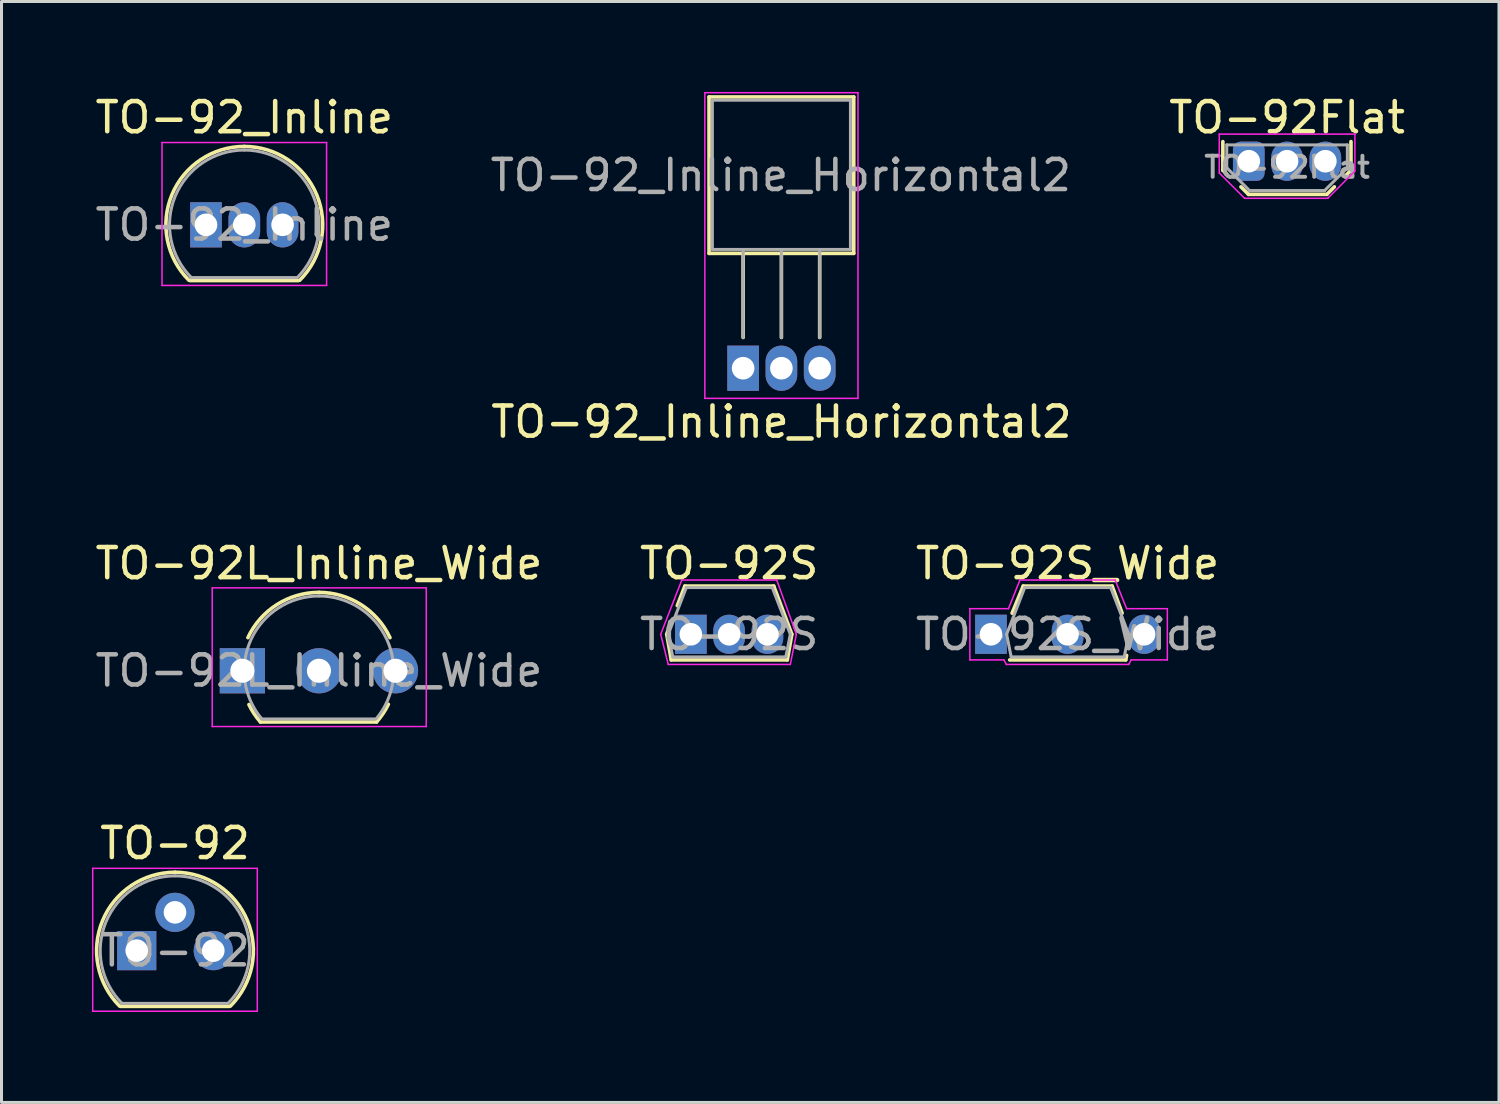
<source format=kicad_pcb>
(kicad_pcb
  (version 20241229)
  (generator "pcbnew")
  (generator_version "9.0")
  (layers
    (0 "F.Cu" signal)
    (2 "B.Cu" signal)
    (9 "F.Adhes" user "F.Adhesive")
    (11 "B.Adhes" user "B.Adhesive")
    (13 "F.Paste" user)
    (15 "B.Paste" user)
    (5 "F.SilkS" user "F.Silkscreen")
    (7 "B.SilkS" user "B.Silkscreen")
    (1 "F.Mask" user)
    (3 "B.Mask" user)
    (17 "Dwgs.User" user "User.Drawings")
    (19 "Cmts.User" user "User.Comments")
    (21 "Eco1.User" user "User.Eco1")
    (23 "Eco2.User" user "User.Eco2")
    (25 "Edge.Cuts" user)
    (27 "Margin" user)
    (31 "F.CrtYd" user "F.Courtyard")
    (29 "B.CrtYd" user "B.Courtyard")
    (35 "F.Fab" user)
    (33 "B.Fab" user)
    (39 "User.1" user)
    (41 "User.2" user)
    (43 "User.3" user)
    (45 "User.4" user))
  (footprint "TO-92_Inline"
    (layer "F.Cu")
    (at 3.784 4.408)
    (property "Reference" "TO-92_Inline" (at 1.27 -3.56 0) (layer "F.SilkS") (effects (font (size 1 1) (thickness 0.15))))
    (attr through_hole)
    (fp_line (start -0.53 1.85) (end 3.07 1.85) (stroke (width 0.12) (type solid)) (layer "F.SilkS"))
    (fp_arc (start -0.568478 1.838478) (mid -1.132087 -0.994977) (end 1.27 -2.6) (stroke (width 0.12) (type solid)) (layer "F.SilkS"))
    (fp_arc (start 1.27 -2.6) (mid 3.672087 -0.994977) (end 3.108478 1.838478) (stroke (width 0.12) (type solid)) (layer "F.SilkS"))
    (fp_line (start -1.46 -2.73) (end -1.46 2.01) (stroke (width 0.05) (type solid)) (layer "F.CrtYd"))
    (fp_line (start -1.46 -2.73) (end 4 -2.73) (stroke (width 0.05) (type solid)) (layer "F.CrtYd"))
    (fp_line (start 4 2.01) (end -1.46 2.01) (stroke (width 0.05) (type solid)) (layer "F.CrtYd"))
    (fp_line (start 4 2.01) (end 4 -2.73) (stroke (width 0.05) (type solid)) (layer "F.CrtYd"))
    (fp_line (start -0.5 1.75) (end 3 1.75) (stroke (width 0.1) (type solid)) (layer "F.Fab"))
    (fp_arc (start -0.483625 1.753625) (mid -1.021221 -0.949055) (end 1.27 -2.48) (stroke (width 0.1) (type solid)) (layer "F.Fab"))
    (fp_arc (start 1.27 -2.48) (mid 3.561221 -0.949055) (end 3.023625 1.753625) (stroke (width 0.1) (type solid)) (layer "F.Fab"))
    (fp_text user "${REFERENCE}" (at 1.27 0 0) (layer "F.Fab") (effects (font (size 1 1) (thickness 0.15))))
    (pad "1" thru_hole rect (at 0 0) (size 1.05 1.5) (drill 0.75) (layers "*.Cu" "*.Mask"))
    (pad "2" thru_hole oval (at 1.27 0) (size 1.05 1.5) (drill 0.75) (layers "*.Cu" "*.Mask"))
    (pad "3" thru_hole oval (at 2.54 0) (size 1.05 1.5) (drill 0.75) (layers "*.Cu" "*.Mask")))
  (footprint "TO-92S"
    (layer "F.Cu")
    (at 19.867 17.991)
    (property "Reference" "TO-92S" (at 1.27 -2.35 0) (layer "F.SilkS") (effects (font (size 1 1) (thickness 0.15))))
    (attr through_hole)
    (fp_line (start -0.8 0) (end -0.65 0.85) (stroke (width 0.12) (type solid)) (layer "F.SilkS"))
    (fp_line (start -0.7 -0.3) (end -0.8 0) (stroke (width 0.12) (type solid)) (layer "F.SilkS"))
    (fp_line (start -0.65 0.85) (end 3.2 0.85) (stroke (width 0.12) (type solid)) (layer "F.SilkS"))
    (fp_line (start -0.2 -1.6) (end -0.45 -0.95) (stroke (width 0.12) (type solid)) (layer "F.SilkS"))
    (fp_line (start 2.75 -1.6) (end -0.2 -1.6) (stroke (width 0.12) (type solid)) (layer "F.SilkS"))
    (fp_line (start 3.2 0.85) (end 3.35 0) (stroke (width 0.12) (type solid)) (layer "F.SilkS"))
    (fp_line (start 3.35 0) (end 2.75 -1.6) (stroke (width 0.12) (type solid)) (layer "F.SilkS"))
    (fp_line (start -1 0) (end -0.75 1) (stroke (width 0.05) (type solid)) (layer "F.CrtYd"))
    (fp_line (start -0.75 1) (end 3.3 1) (stroke (width 0.05) (type solid)) (layer "F.CrtYd"))
    (fp_line (start -0.3 -1.8) (end -1 0) (stroke (width 0.05) (type solid)) (layer "F.CrtYd"))
    (fp_line (start 2.85 -1.8) (end -0.3 -1.8) (stroke (width 0.05) (type solid)) (layer "F.CrtYd"))
    (fp_line (start 3.3 1) (end 3.5 0) (stroke (width 0.05) (type solid)) (layer "F.CrtYd"))
    (fp_line (start 3.5 0) (end 2.85 -1.8) (stroke (width 0.05) (type solid)) (layer "F.CrtYd"))
    (fp_line (start -0.75 0) (end -0.15 -1.55) (stroke (width 0.1) (type solid)) (layer "F.Fab"))
    (fp_line (start -0.6 0.75) (end -0.75 0) (stroke (width 0.1) (type solid)) (layer "F.Fab"))
    (fp_line (start -0.6 0.75) (end 3.15 0.75) (stroke (width 0.1) (type solid)) (layer "F.Fab"))
    (fp_line (start -0.15 -1.55) (end 2.7 -1.55) (stroke (width 0.1) (type solid)) (layer "F.Fab"))
    (fp_line (start 3.15 0.75) (end 3.3 0) (stroke (width 0.1) (type solid)) (layer "F.Fab"))
    (fp_line (start 3.3 0) (end 2.7 -1.55) (stroke (width 0.1) (type solid)) (layer "F.Fab"))
    (fp_text user "${REFERENCE}" (at 1.27 0 0) (layer "F.Fab") (effects (font (size 1 1) (thickness 0.15))))
    (pad "1" thru_hole rect (at 0 0) (size 1.05 1.3) (drill 0.75) (layers "*.Cu" "*.Mask"))
    (pad "2" thru_hole oval (at 1.27 0) (size 1.05 1.3) (drill 0.75) (layers "*.Cu" "*.Mask"))
    (pad "3" thru_hole oval (at 2.54 0) (size 1.05 1.3) (drill 0.75) (layers "*.Cu" "*.Mask")))
  (footprint "TO-92L_Inline_Wide"
    (layer "F.Cu")
    (at 4.99 19.201)
    (property "Reference" "TO-92L_Inline_Wide" (at 2.54 -3.56 0) (layer "F.SilkS") (effects (font (size 1 1) (thickness 0.15))))
    (attr through_hole)
    (fp_line (start 0.6 1.7) (end 4.45 1.7) (stroke (width 0.12) (type solid)) (layer "F.SilkS"))
    (fp_arc (start 0.1836 -1.098807) (mid 1.143021 -2.192817) (end 2.54 -2.6) (stroke (width 0.12) (type solid)) (layer "F.SilkS"))
    (fp_arc (start 0.6 1.7) (mid 0.389183 1.423933) (end 0.217369 1.122045) (stroke (width 0.12) (type solid)) (layer "F.SilkS"))
    (fp_arc (start 2.54 -2.6) (mid 3.936979 -2.192818) (end 4.8964 -1.098807) (stroke (width 0.12) (type solid)) (layer "F.SilkS"))
    (fp_arc (start 4.842383 1.112264) (mid 4.666594 1.419753) (end 4.45 1.7) (stroke (width 0.12) (type solid)) (layer "F.SilkS"))
    (fp_line (start -1 -2.75) (end -1 1.85) (stroke (width 0.05) (type solid)) (layer "F.CrtYd"))
    (fp_line (start -1 -2.75) (end 6.1 -2.75) (stroke (width 0.05) (type solid)) (layer "F.CrtYd"))
    (fp_line (start 6.1 1.85) (end -1 1.85) (stroke (width 0.05) (type solid)) (layer "F.CrtYd"))
    (fp_line (start 6.1 1.85) (end 6.1 -2.75) (stroke (width 0.05) (type solid)) (layer "F.CrtYd"))
    (fp_line (start 0.65 1.6) (end 4.4 1.6) (stroke (width 0.1) (type solid)) (layer "F.Fab"))
    (fp_arc (start 0.647182 1.602385) (mid 0.290076 -1.043188) (end 2.54 -2.48) (stroke (width 0.1) (type solid)) (layer "F.Fab"))
    (fp_arc (start 2.54 -2.48) (mid 4.787211 -1.049019) (end 4.441103 1.592547) (stroke (width 0.1) (type solid)) (layer "F.Fab"))
    (fp_text user "${REFERENCE}" (at 2.54 0 0) (layer "F.Fab") (effects (font (size 1 1) (thickness 0.15))))
    (pad "1" thru_hole rect (at 0 0) (size 1.5 1.5) (drill 0.8) (layers "*.Cu" "*.Mask"))
    (pad "2" thru_hole circle (at 2.54 0) (size 1.5 1.5) (drill 0.8) (layers "*.Cu" "*.Mask"))
    (pad "3" thru_hole circle (at 5.08 0) (size 1.5 1.5) (drill 0.8) (layers "*.Cu" "*.Mask")))
  (footprint "TO-92S_Wide"
    (layer "F.Cu")
    (at 29.823 17.991)
    (property "Reference" "TO-92S_Wide" (at 2.54 -2.35 0) (layer "F.SilkS") (effects (font (size 1 1) (thickness 0.15))))
    (attr through_hole)
    (fp_line (start 0.62 0.85) (end 4.47 0.85) (stroke (width 0.12) (type solid)) (layer "F.SilkS"))
    (fp_line (start 1.07 -1.6) (end 0.7 -0.7) (stroke (width 0.12) (type solid)) (layer "F.SilkS"))
    (fp_line (start 4.02 -1.6) (end 1.07 -1.6) (stroke (width 0.12) (type solid)) (layer "F.SilkS"))
    (fp_line (start 4.35 -0.7) (end 4.02 -1.6) (stroke (width 0.12) (type solid)) (layer "F.SilkS"))
    (fp_line (start 4.47 0.85) (end 4.5 0.7) (stroke (width 0.12) (type solid)) (layer "F.SilkS"))
    (fp_line (start -0.7 -0.85) (end -0.7 0.85) (stroke (width 0.05) (type solid)) (layer "F.CrtYd"))
    (fp_line (start -0.7 0.85) (end 0.43 0.85) (stroke (width 0.05) (type solid)) (layer "F.CrtYd"))
    (fp_line (start 0.51 1) (end 0.43 0.85) (stroke (width 0.05) (type solid)) (layer "F.CrtYd"))
    (fp_line (start 0.51 1) (end 4.57 1) (stroke (width 0.05) (type solid)) (layer "F.CrtYd"))
    (fp_line (start 0.58 -0.85) (end -0.7 -0.85) (stroke (width 0.05) (type solid)) (layer "F.CrtYd"))
    (fp_line (start 0.58 -0.85) (end 0.96 -1.8) (stroke (width 0.05) (type solid)) (layer "F.CrtYd"))
    (fp_line (start 4.12 -1.8) (end 0.96 -1.8) (stroke (width 0.05) (type solid)) (layer "F.CrtYd"))
    (fp_line (start 4.5 -0.85) (end 4.12 -1.8) (stroke (width 0.05) (type solid)) (layer "F.CrtYd"))
    (fp_line (start 4.5 -0.85) (end 5.85 -0.85) (stroke (width 0.05) (type solid)) (layer "F.CrtYd"))
    (fp_line (start 4.57 1) (end 4.65 0.85) (stroke (width 0.05) (type solid)) (layer "F.CrtYd"))
    (fp_line (start 5.85 -0.85) (end 5.85 0.85) (stroke (width 0.05) (type solid)) (layer "F.CrtYd"))
    (fp_line (start 5.85 0.85) (end 4.65 0.85) (stroke (width 0.05) (type solid)) (layer "F.CrtYd"))
    (fp_line (start 0.52 0) (end 1.12 -1.55) (stroke (width 0.1) (type solid)) (layer "F.Fab"))
    (fp_line (start 0.67 0.75) (end 0.52 0) (stroke (width 0.1) (type solid)) (layer "F.Fab"))
    (fp_line (start 0.67 0.75) (end 4.42 0.75) (stroke (width 0.1) (type solid)) (layer "F.Fab"))
    (fp_line (start 1.12 -1.55) (end 3.97 -1.55) (stroke (width 0.1) (type solid)) (layer "F.Fab"))
    (fp_line (start 4.42 0.75) (end 4.57 0) (stroke (width 0.1) (type solid)) (layer "F.Fab"))
    (fp_line (start 4.57 0) (end 3.97 -1.55) (stroke (width 0.1) (type solid)) (layer "F.Fab"))
    (fp_text user "${REFERENCE}" (at 2.54 0 0) (layer "F.Fab") (effects (font (size 1 1) (thickness 0.15))))
    (pad "1" thru_hole rect (at 0 0) (size 1.05 1.3) (drill 0.75) (layers "*.Cu" "*.Mask"))
    (pad "2" thru_hole oval (at 2.54 0) (size 1.05 1.3) (drill 0.75) (layers "*.Cu" "*.Mask"))
    (pad "3" thru_hole oval (at 5.08 0) (size 1.05 1.3) (drill 0.75) (layers "*.Cu" "*.Mask")))
  (footprint "TO-92_Inline_Horizontal2"
    (layer "F.Cu")
    (at 21.601 9.165)
    (property "Reference" "TO-92_Inline_Horizontal2" (at 1.27 1.78 0) (layer "F.SilkS") (effects (font (size 1 1) (thickness 0.15))))
    (attr through_hole)
    (fp_line (start -1.13 -9) (end -1.13 -3.81) (stroke (width 0.12) (type solid)) (layer "F.SilkS"))
    (fp_line (start -1.13 -3.81) (end 3.67 -3.81) (stroke (width 0.12) (type solid)) (layer "F.SilkS"))
    (fp_line (start 0 -1.02) (end 0 -3.81) (stroke (width 0.12) (type solid)) (layer "F.SilkS"))
    (fp_line (start 1.27 -1.02) (end 1.27 -3.81) (stroke (width 0.12) (type solid)) (layer "F.SilkS"))
    (fp_line (start 2.54 -1.02) (end 2.54 -3.81) (stroke (width 0.12) (type solid)) (layer "F.SilkS"))
    (fp_line (start 3.67 -9) (end -1.13 -9) (stroke (width 0.12) (type solid)) (layer "F.SilkS"))
    (fp_line (start 3.67 -3.81) (end 3.67 -9) (stroke (width 0.12) (type solid)) (layer "F.SilkS"))
    (fp_line (start -1.27 -9.14) (end -1.27 1) (stroke (width 0.05) (type solid)) (layer "F.CrtYd"))
    (fp_line (start -1.27 -9.14) (end 3.81 -9.14) (stroke (width 0.05) (type solid)) (layer "F.CrtYd"))
    (fp_line (start 3.81 1) (end -1.27 1) (stroke (width 0.05) (type solid)) (layer "F.CrtYd"))
    (fp_line (start 3.81 1) (end 3.81 -9.14) (stroke (width 0.05) (type solid)) (layer "F.CrtYd"))
    (fp_line (start -1.02 -8.89) (end -1.02 -3.94) (stroke (width 0.1) (type solid)) (layer "F.Fab"))
    (fp_line (start -1.02 -3.94) (end 3.56 -3.94) (stroke (width 0.1) (type solid)) (layer "F.Fab"))
    (fp_line (start 0 -3.94) (end 0 -1.02) (stroke (width 0.1) (type solid)) (layer "F.Fab"))
    (fp_line (start 1.27 -3.94) (end 1.27 -1.02) (stroke (width 0.1) (type solid)) (layer "F.Fab"))
    (fp_line (start 2.54 -3.94) (end 2.54 -1.02) (stroke (width 0.1) (type solid)) (layer "F.Fab"))
    (fp_line (start 3.56 -8.89) (end -1.02 -8.89) (stroke (width 0.1) (type solid)) (layer "F.Fab"))
    (fp_line (start 3.56 -3.94) (end 3.56 -8.89) (stroke (width 0.1) (type solid)) (layer "F.Fab"))
    (fp_text user "${REFERENCE}" (at 1.25 -6.4 0) (layer "F.Fab") (effects (font (size 1 1) (thickness 0.15))))
    (pad "1" thru_hole rect (at 0 0) (size 1.05 1.5) (drill 0.75) (layers "*.Cu" "*.Mask"))
    (pad "2" thru_hole oval (at 1.27 0) (size 1.05 1.5) (drill 0.75) (layers "*.Cu" "*.Mask"))
    (pad "3" thru_hole oval (at 2.54 0) (size 1.05 1.5) (drill 0.75) (layers "*.Cu" "*.Mask")))
  (footprint "TO-92"
    (layer "F.Cu")
    (at 1.485 28.485)
    (property "Reference" "TO-92" (at 1.27 -3.56 0) (layer "F.SilkS") (effects (font (size 1 1) (thickness 0.15))))
    (attr through_hole)
    (fp_line (start -0.53 1.85) (end 3.07 1.85) (stroke (width 0.12) (type solid)) (layer "F.SilkS"))
    (fp_arc (start -0.568478 1.838478) (mid -1.132087 -0.994977) (end 1.27 -2.6) (stroke (width 0.12) (type solid)) (layer "F.SilkS"))
    (fp_arc (start 1.27 -2.6) (mid 3.672087 -0.994977) (end 3.108478 1.838478) (stroke (width 0.12) (type solid)) (layer "F.SilkS"))
    (fp_line (start -1.46 -2.73) (end -1.46 2.01) (stroke (width 0.05) (type solid)) (layer "F.CrtYd"))
    (fp_line (start -1.46 -2.73) (end 4 -2.73) (stroke (width 0.05) (type solid)) (layer "F.CrtYd"))
    (fp_line (start 4 2.01) (end -1.46 2.01) (stroke (width 0.05) (type solid)) (layer "F.CrtYd"))
    (fp_line (start 4 2.01) (end 4 -2.73) (stroke (width 0.05) (type solid)) (layer "F.CrtYd"))
    (fp_line (start -0.5 1.75) (end 3 1.75) (stroke (width 0.1) (type solid)) (layer "F.Fab"))
    (fp_arc (start -0.483625 1.753625) (mid -1.021221 -0.949055) (end 1.27 -2.48) (stroke (width 0.1) (type solid)) (layer "F.Fab"))
    (fp_arc (start 1.27 -2.48) (mid 3.561221 -0.949055) (end 3.023625 1.753625) (stroke (width 0.1) (type solid)) (layer "F.Fab"))
    (fp_text user "${REFERENCE}" (at 1.27 0 0) (layer "F.Fab") (effects (font (size 1 1) (thickness 0.15))))
    (pad "1" thru_hole rect (at 0 0) (size 1.3 1.3) (drill 0.75) (layers "*.Cu" "*.Mask"))
    (pad "2" thru_hole circle (at 1.27 -1.27) (size 1.3 1.3) (drill 0.75) (layers "*.Cu" "*.Mask"))
    (pad "3" thru_hole circle (at 2.54 0) (size 1.3 1.3) (drill 0.75) (layers "*.Cu" "*.Mask")))
  (footprint "TO-92Flat"
    (layer "F.Cu")
    (at 38.375 2.298)
    (property "Reference" "TO-92Flat" (at 1.27 -1.45 0) (layer "F.SilkS") (effects (font (size 1 1) (thickness 0.15))))
    (attr through_hole)
    (fp_line (start -0.86 0.3) (end -0.86 -0.65) (stroke (width 0.12) (type solid)) (layer "F.SilkS"))
    (fp_line (start -0.71 0.45) (end -0.86 0.3) (stroke (width 0.12) (type solid)) (layer "F.SilkS"))
    (fp_line (start -0.01 1.1) (end -0.26 0.85) (stroke (width 0.12) (type solid)) (layer "F.SilkS"))
    (fp_line (start -0.01 1.1) (end 2.59 1.1) (stroke (width 0.12) (type solid)) (layer "F.SilkS"))
    (fp_line (start 2.59 1.1) (end 2.84 0.85) (stroke (width 0.12) (type solid)) (layer "F.SilkS"))
    (fp_line (start 3.24 0.45) (end 3.39 0.3) (stroke (width 0.12) (type solid)) (layer "F.SilkS"))
    (fp_line (start 3.39 -0.65) (end 3.39 0.3) (stroke (width 0.12) (type solid)) (layer "F.SilkS"))
    (fp_line (start -0.98 -0.9) (end 3.52 -0.9) (stroke (width 0.05) (type solid)) (layer "F.CrtYd"))
    (fp_line (start -0.98 0.39) (end -0.98 -0.9) (stroke (width 0.05) (type solid)) (layer "F.CrtYd"))
    (fp_line (start -0.14 1.23) (end -0.98 0.39) (stroke (width 0.05) (type solid)) (layer "F.CrtYd"))
    (fp_line (start 2.62 1.23) (end -0.14 1.23) (stroke (width 0.05) (type solid)) (layer "F.CrtYd"))
    (fp_line (start 3.52 -0.9) (end 3.52 0.33) (stroke (width 0.05) (type solid)) (layer "F.CrtYd"))
    (fp_line (start 3.52 0.33) (end 2.62 1.23) (stroke (width 0.05) (type solid)) (layer "F.CrtYd"))
    (fp_line (start -0.73 -0.542) (end -0.73 0.217) (stroke (width 0.1) (type solid)) (layer "F.Fab"))
    (fp_line (start 0.03 0.978) (end -0.73 0.217) (stroke (width 0.1) (type solid)) (layer "F.Fab"))
    (fp_line (start 2.51 0.978) (end 0.03 0.978) (stroke (width 0.1) (type solid)) (layer "F.Fab"))
    (fp_line (start 2.51 0.978) (end 0.03 0.978) (stroke (width 0.1) (type solid)) (layer "F.Fab"))
    (fp_line (start 3.27 -0.542) (end -0.73 -0.542) (stroke (width 0.1) (type solid)) (layer "F.Fab"))
    (fp_line (start 3.27 -0.542) (end 3.27 0.217) (stroke (width 0.1) (type solid)) (layer "F.Fab"))
    (fp_line (start 3.27 0.217) (end 2.51 0.978) (stroke (width 0.1) (type solid)) (layer "F.Fab"))
    (fp_text user "${REFERENCE}" (at 1.27 0.2 0) (layer "F.Fab") (effects (font (size 0.7 0.7) (thickness 0.13))))
    (pad "1" thru_hole roundrect (at 0 0) (size 1.05 1.3) (drill 0.75) (layers "*.Cu" "*.Mask") (roundrect_rratio 0.238))
    (pad "2" thru_hole oval (at 1.27 0) (size 1.05 1.3) (drill 0.75) (layers "*.Cu" "*.Mask"))
    (pad "3" thru_hole oval (at 2.54 0) (size 1.05 1.3) (drill 0.75) (layers "*.Cu" "*.Mask")))
  (gr_rect
    (start -3 -3)
    (end 46.675 33.52)
    (stroke (width 0.1) (type default))
    (fill no)
    (layer "Edge.Cuts")))
</source>
